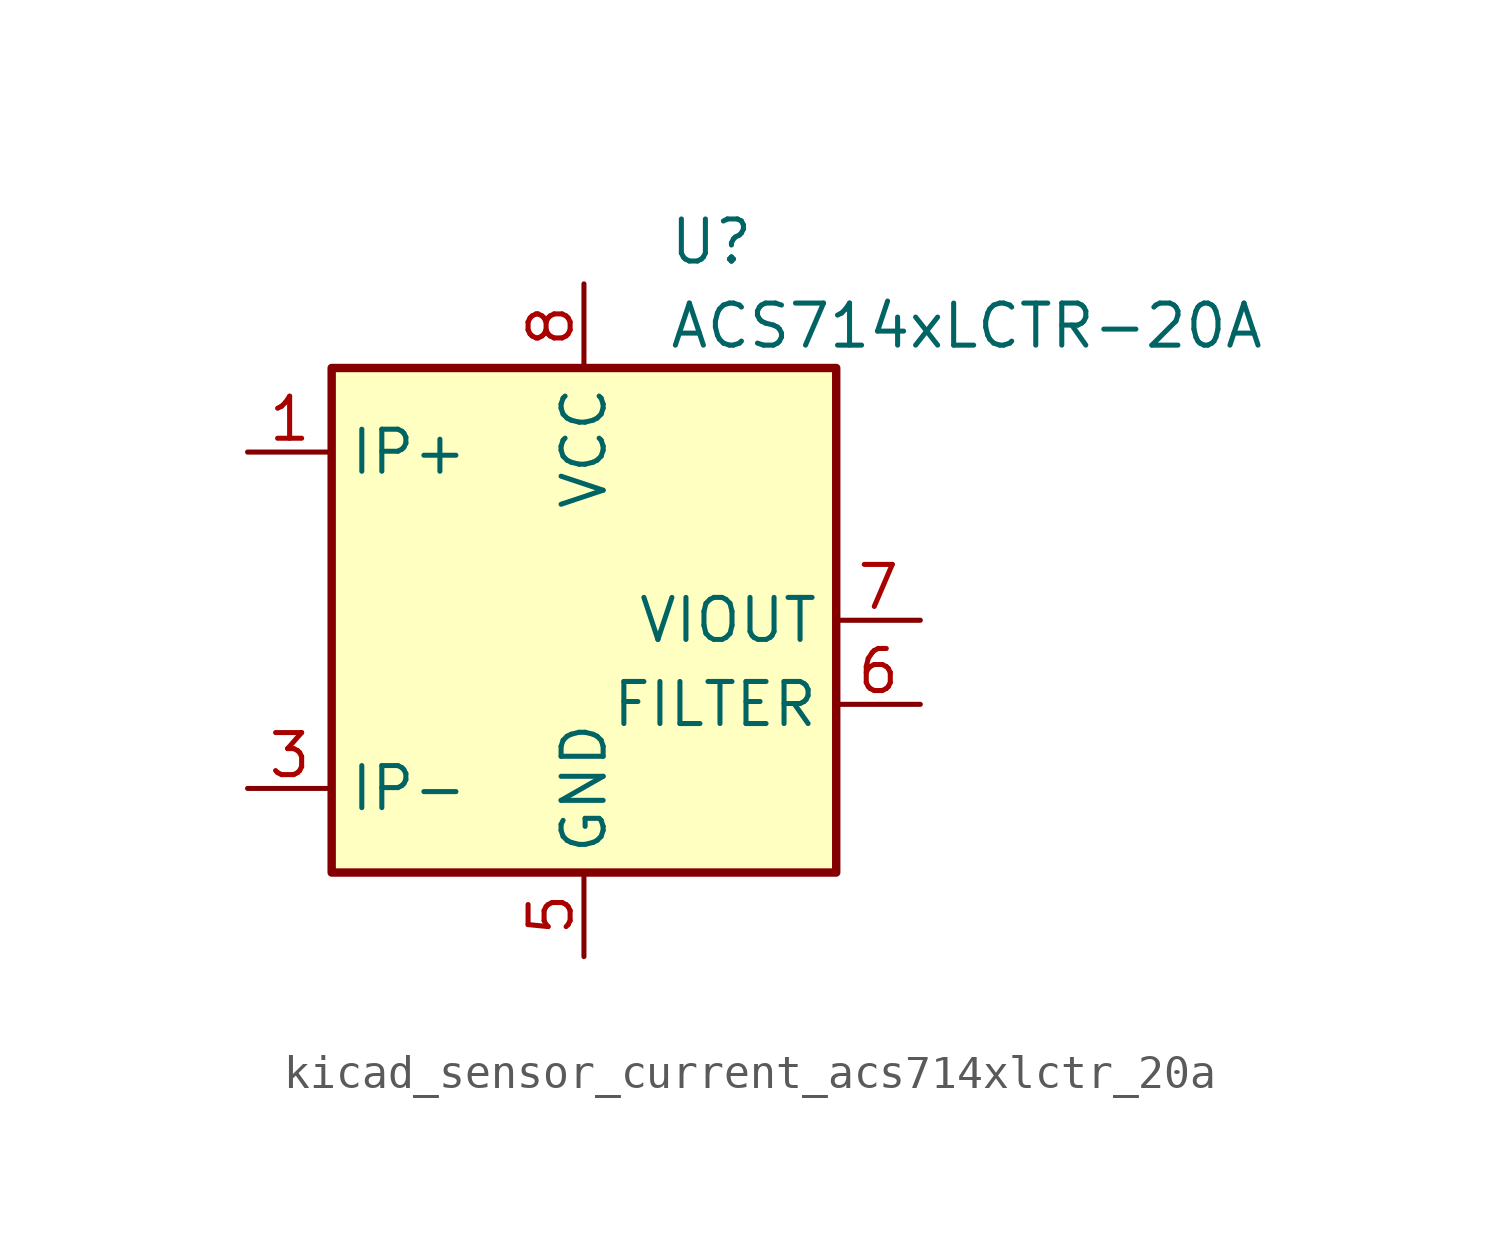
<source format=kicad_sym>
(kicad_symbol_lib
  (version 20220914)
  (generator kicad_symbol_editor)
  (symbol "kicad_sensor_current_acs714xlctr_20a"
    (property "Reference" "U"
      (at 2.54 11.43 0)
      (effects (font (size 1.27 1.27)) (justify left)))
    (property "Value" "ACS714xLCTR-20A"
      (at 2.54 8.89 0)
      (effects (font (size 1.27 1.27)) (justify left)))
    (symbol "kicad_sensor_current_acs714xlctr_20a_0_1"
      (rectangle (start -7.62 7.62) (end 7.62 -7.62) (stroke (width 0.254) (type default)) (fill (type background))))
    (symbol "kicad_sensor_current_acs714xlctr_20a_1_1"
      (pin passive line (at -10.16 5.08 0) (length 2.54) (name "IP+" (effects (font (size 1.27 1.27)))) (number "1" (effects (font (size 1.27 1.27)))))
      (pin passive line (at -10.16 5.08 0) (length 2.54) hide (name "IP+" (effects (font (size 1.27 1.27)))) (number "2" (effects (font (size 1.27 1.27)))))
      (pin passive line (at -10.16 -5.08 0) (length 2.54) (name "IP-" (effects (font (size 1.27 1.27)))) (number "3" (effects (font (size 1.27 1.27)))))
      (pin passive line (at -10.16 -5.08 0) (length 2.54) hide (name "IP-" (effects (font (size 1.27 1.27)))) (number "4" (effects (font (size 1.27 1.27)))))
      (pin power_in line (at 0 -10.16 90) (length 2.54) (name "GND" (effects (font (size 1.27 1.27)))) (number "5" (effects (font (size 1.27 1.27)))))
      (pin passive line (at 10.16 -2.54 180) (length 2.54) (name "FILTER" (effects (font (size 1.27 1.27)))) (number "6" (effects (font (size 1.27 1.27)))))
      (pin output line (at 10.16 0 180) (length 2.54) (name "VIOUT" (effects (font (size 1.27 1.27)))) (number "7" (effects (font (size 1.27 1.27)))))
      (pin power_in line (at 0 10.16 270) (length 2.54) (name "VCC" (effects (font (size 1.27 1.27)))) (number "8" (effects (font (size 1.27 1.27))))))))
</source>
